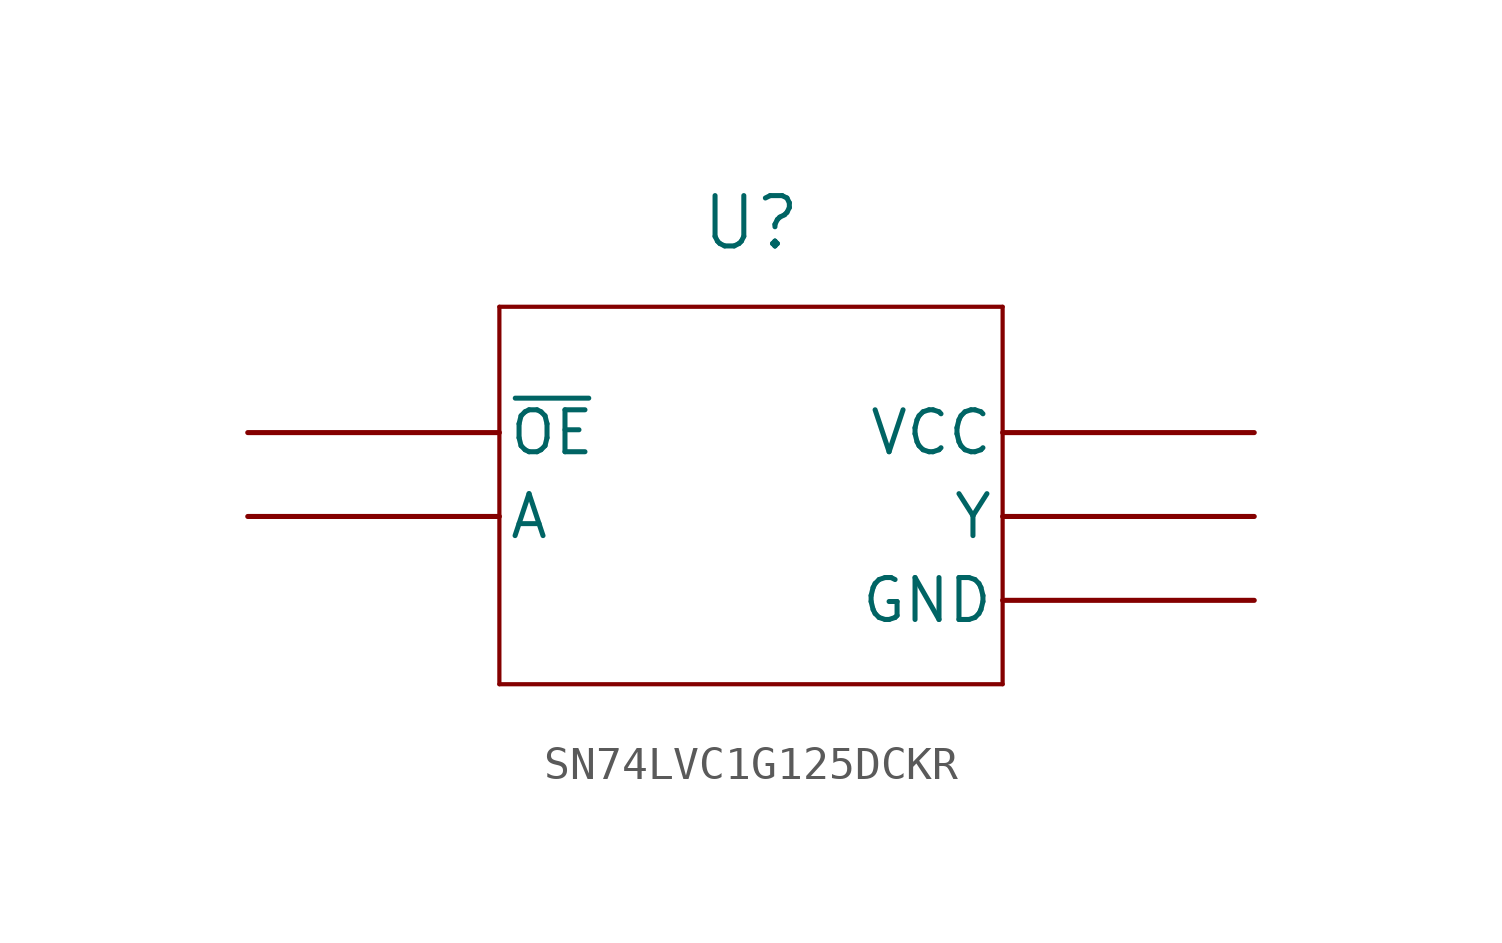
<source format=kicad_sym>
(kicad_symbol_lib
  (version 20220914)
  (generator kicad_symbol_editor)
  (symbol "SN74LVC1G125DCKR"
    (pin_numbers hide)
    (pin_names
      (offset 0.254))
    (property "Reference" "U"
      (at 0 7.62 0)
      (effects (font (size 1.524 1.524))))
    (symbol "SN74LVC1G125DCKR_0_1"
      (polyline (pts (xy -7.62 -6.35) (xy 7.62 -6.35)) (stroke (width 0.127) (type default)) (fill (type none)))
      (polyline (pts (xy -7.62 5.08) (xy -7.62 -6.35)) (stroke (width 0.127) (type default)) (fill (type none)))
      (polyline (pts (xy 7.62 -6.35) (xy 7.62 5.08)) (stroke (width 0.127) (type default)) (fill (type none)))
      (polyline (pts (xy 7.62 5.08) (xy -7.62 5.08)) (stroke (width 0.127) (type default)) (fill (type none)))
      (pin passive line (at -15.24 1.27 0) (length 7.62) (name "~{OE}" (effects (font (size 1.27 1.27)))) (number "1" (effects (font (size 1.27 1.27)))))
      (pin passive line (at -15.24 -1.27 0) (length 7.62) (name "A" (effects (font (size 1.27 1.27)))) (number "2" (effects (font (size 1.27 1.27)))))
      (pin passive line (at 15.24 -3.81 180) (length 7.62) (name "GND" (effects (font (size 1.27 1.27)))) (number "3" (effects (font (size 1.27 1.27)))))
      (pin passive line (at 15.24 -1.27 180) (length 7.62) (name "Y" (effects (font (size 1.27 1.27)))) (number "4" (effects (font (size 1.27 1.27)))))
      (pin passive line (at 15.24 1.27 180) (length 7.62) (name "VCC" (effects (font (size 1.27 1.27)))) (number "5" (effects (font (size 1.27 1.27))))))))
</source>
